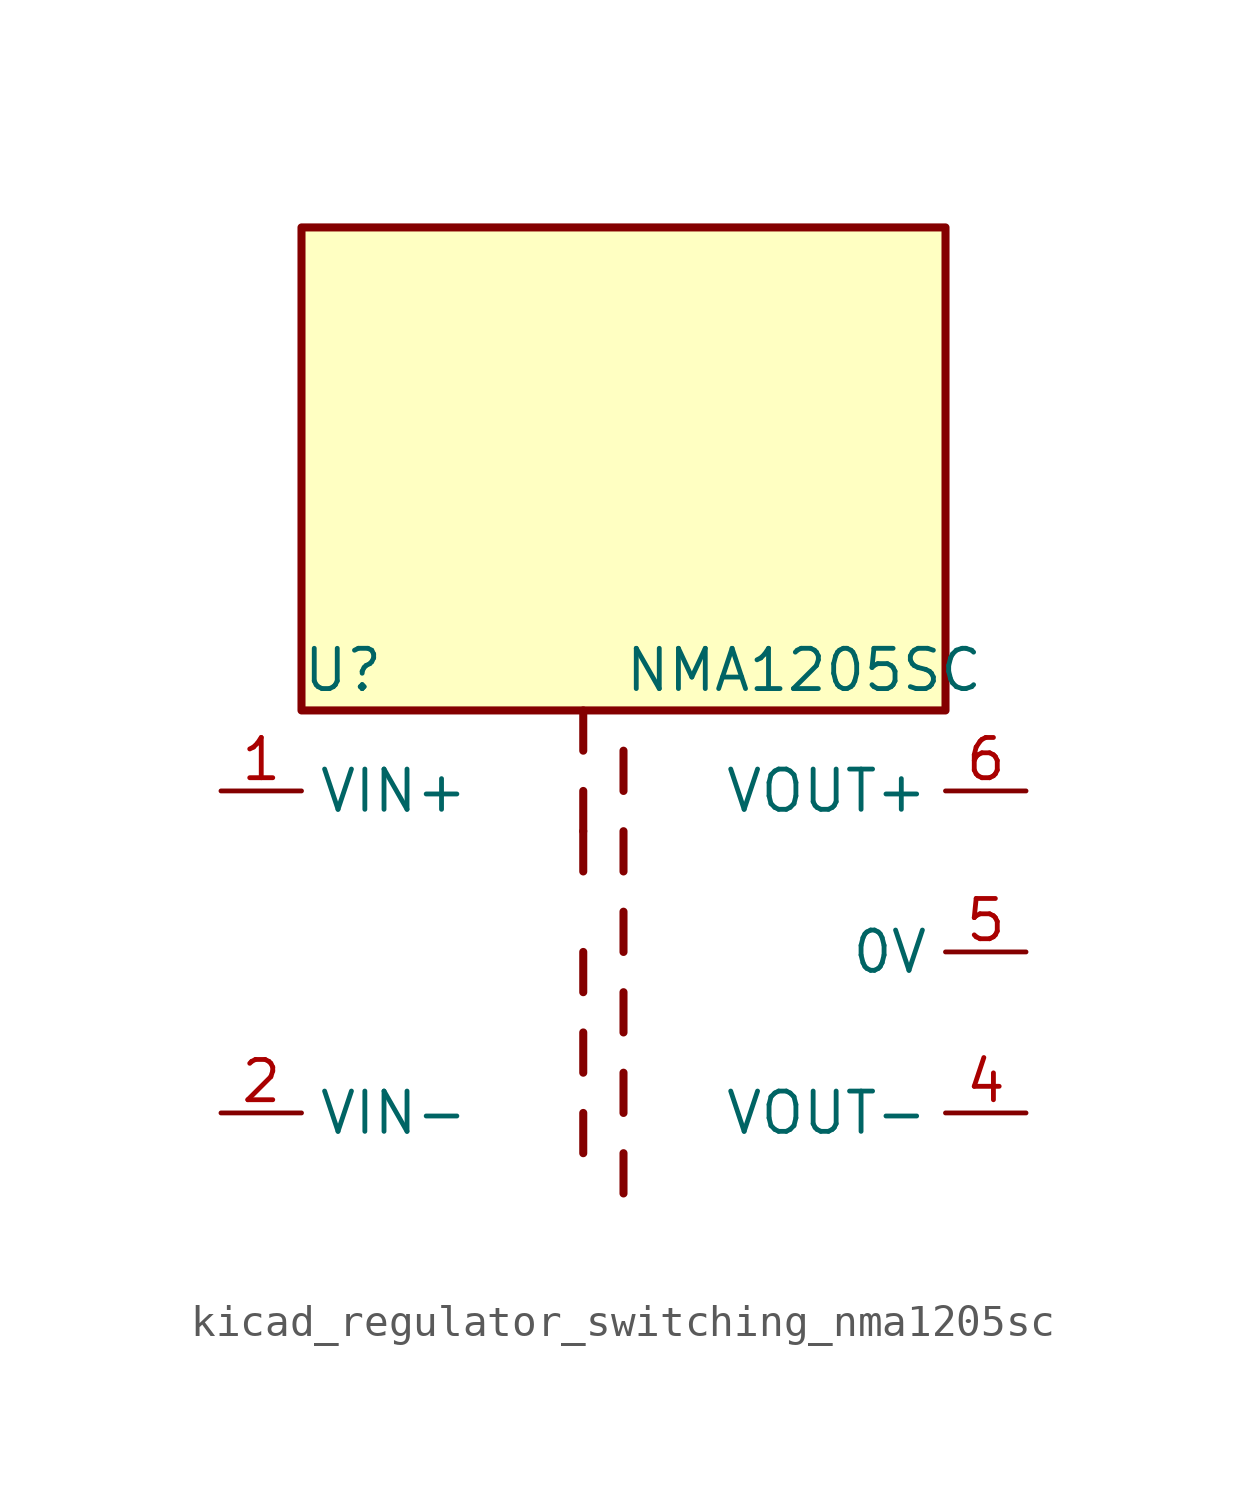
<source format=kicad_sym>
(kicad_symbol_lib
  (version 20220914)
  (generator kicad_symbol_editor)
  (symbol "kicad_regulator_switching_nma1205sc"
    (property "Reference" "U"
      (at -10.16 8.89 0)
      (effects (font (size 1.27 1.27)) (justify left)))
    (property "Value" "NMA1205SC"
      (at 0 8.89 0)
      (effects (font (size 1.27 1.27)) (justify left)))
    (symbol "kicad_regulator_switching_nma1205sc_0_1"
      (polyline (pts (xy -1.27 -5.08) (xy -1.27 -6.35)) (stroke (width 0.254) (type default)) (fill (type none)))
      (polyline (pts (xy -1.27 -2.54) (xy -1.27 -3.81)) (stroke (width 0.254) (type default)) (fill (type none)))
      (polyline (pts (xy -1.27 0) (xy -1.27 -1.27)) (stroke (width 0.254) (type default)) (fill (type none)))
      (polyline (pts (xy -1.27 2.54) (xy -1.27 3.81)) (stroke (width 0.254) (type default)) (fill (type none)))
      (polyline (pts (xy -1.27 5.08) (xy -1.27 3.81)) (stroke (width 0.254) (type default)) (fill (type none)))
      (polyline (pts (xy -1.27 7.62) (xy -1.27 6.35)) (stroke (width 0.254) (type default)) (fill (type none)))
      (polyline (pts (xy 0 -7.62) (xy 0 -6.35)) (stroke (width 0.254) (type default)) (fill (type none)))
      (polyline (pts (xy 0 -5.08) (xy 0 -3.81)) (stroke (width 0.254) (type default)) (fill (type none)))
      (polyline (pts (xy 0 -1.27) (xy 0 -2.54)) (stroke (width 0.254) (type default)) (fill (type none)))
      (polyline (pts (xy 0 0) (xy 0 1.27)) (stroke (width 0.254) (type default)) (fill (type none)))
      (polyline (pts (xy 0 2.54) (xy 0 3.81)) (stroke (width 0.254) (type default)) (fill (type none)))
      (polyline (pts (xy 0 5.08) (xy 0 6.35)) (stroke (width 0.254) (type default)) (fill (type none)))
      (rectangle (start 10.16 22.86) (end -10.16 7.62) (stroke (width 0.254) (type default)) (fill (type background))))
    (symbol "kicad_regulator_switching_nma1205sc_1_1"
      (pin power_in line (at -12.7 5.08 0) (length 2.54) (name "VIN+" (effects (font (size 1.27 1.27)))) (number "1" (effects (font (size 1.27 1.27)))))
      (pin power_in line (at -12.7 -5.08 0) (length 2.54) (name "VIN-" (effects (font (size 1.27 1.27)))) (number "2" (effects (font (size 1.27 1.27)))))
      (pin power_out line (at 12.7 -5.08 180) (length 2.54) (name "VOUT-" (effects (font (size 1.27 1.27)))) (number "4" (effects (font (size 1.27 1.27)))))
      (pin power_out line (at 12.7 0 180) (length 2.54) (name "0V" (effects (font (size 1.27 1.27)))) (number "5" (effects (font (size 1.27 1.27)))))
      (pin power_out line (at 12.7 5.08 180) (length 2.54) (name "VOUT+" (effects (font (size 1.27 1.27)))) (number "6" (effects (font (size 1.27 1.27))))))))
</source>
